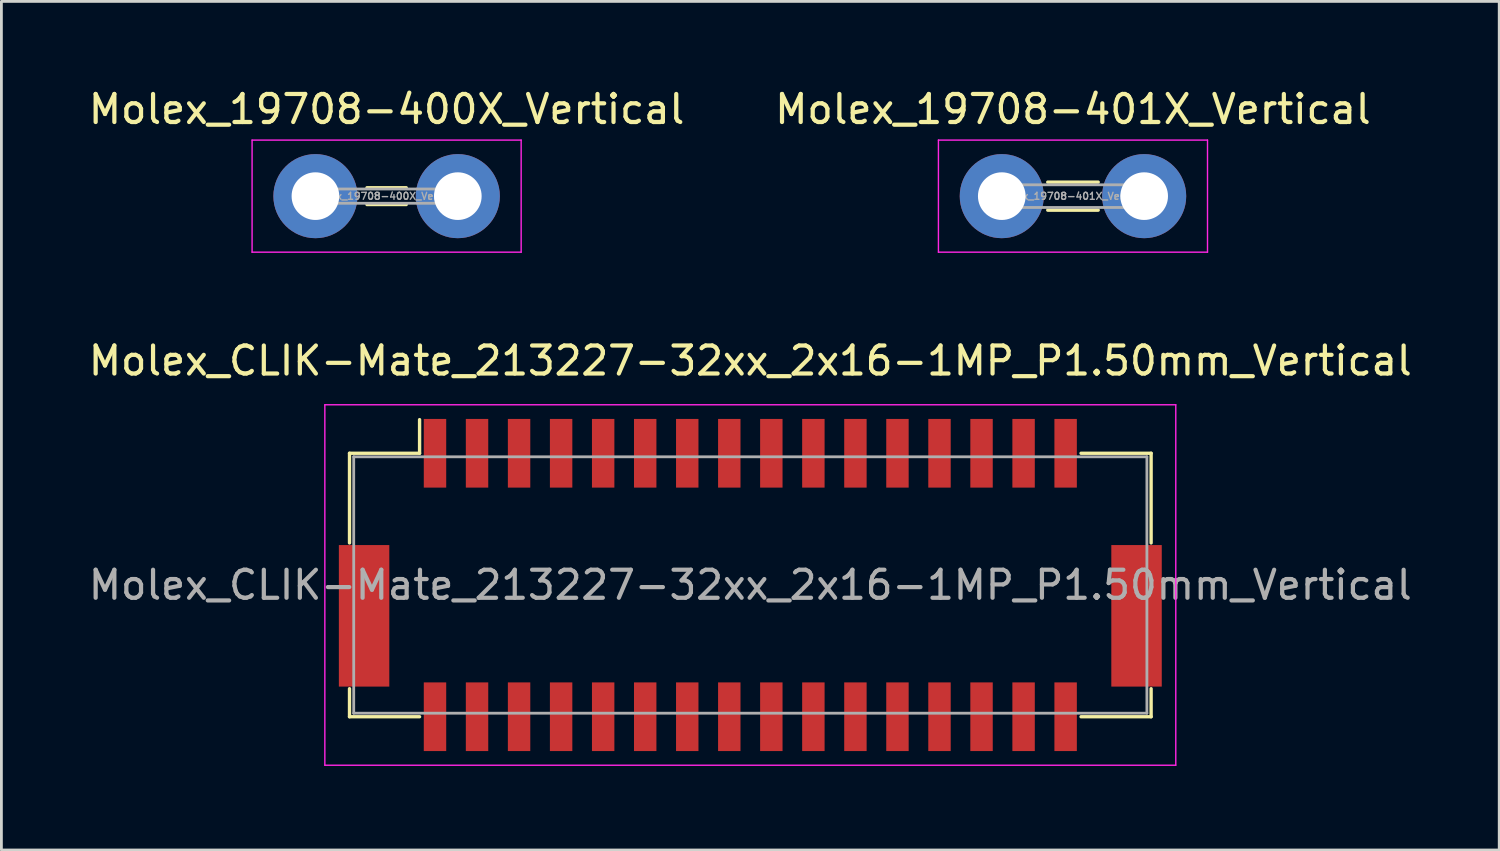
<source format=kicad_pcb>
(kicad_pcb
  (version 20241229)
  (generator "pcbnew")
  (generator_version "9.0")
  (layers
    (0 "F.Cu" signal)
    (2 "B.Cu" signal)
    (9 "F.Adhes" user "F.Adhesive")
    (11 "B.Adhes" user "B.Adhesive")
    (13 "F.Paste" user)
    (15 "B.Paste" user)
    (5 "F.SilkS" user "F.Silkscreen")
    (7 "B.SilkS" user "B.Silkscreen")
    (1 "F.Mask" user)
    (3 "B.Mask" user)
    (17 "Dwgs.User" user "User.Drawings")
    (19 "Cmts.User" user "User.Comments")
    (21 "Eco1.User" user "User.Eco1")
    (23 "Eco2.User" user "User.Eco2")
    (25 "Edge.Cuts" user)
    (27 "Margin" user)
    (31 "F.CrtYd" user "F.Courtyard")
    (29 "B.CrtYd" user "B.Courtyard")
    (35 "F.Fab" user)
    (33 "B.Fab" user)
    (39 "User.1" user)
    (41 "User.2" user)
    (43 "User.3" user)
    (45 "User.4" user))
  (footprint "Molex_19708-401X_Vertical"
    (layer "F.Cu")
    (at 32.692 3.948)
    (property "Reference" "Molex_19708-401X_Vertical" (at 2.54 -3.1 0) (layer "F.SilkS") (effects (font (size 1 1) (thickness 0.15))))
    (attr through_hole)
    (fp_line (start 1.64 -0.5) (end 3.44 -0.5) (stroke (width 0.12) (type solid)) (layer "F.SilkS"))
    (fp_line (start 1.64 0.5) (end 3.44 0.5) (stroke (width 0.12) (type solid)) (layer "F.SilkS"))
    (fp_line (start -2.26 -2) (end -2.26 2) (stroke (width 0.05) (type solid)) (layer "F.CrtYd"))
    (fp_line (start -2.26 2) (end 7.34 2) (stroke (width 0.05) (type solid)) (layer "F.CrtYd"))
    (fp_line (start 7.34 -2) (end -2.26 -2) (stroke (width 0.05) (type solid)) (layer "F.CrtYd"))
    (fp_line (start 7.34 2) (end 7.34 -2) (stroke (width 0.05) (type solid)) (layer "F.CrtYd"))
    (fp_line (start -0.61 -0.405) (end -0.61 0.405) (stroke (width 0.1) (type solid)) (layer "F.Fab"))
    (fp_line (start -0.61 0.405) (end 5.69 0.405) (stroke (width 0.1) (type solid)) (layer "F.Fab"))
    (fp_line (start 5.69 -0.405) (end -0.61 -0.405) (stroke (width 0.1) (type solid)) (layer "F.Fab"))
    (fp_line (start 5.69 0.405) (end 5.69 -0.405) (stroke (width 0.1) (type solid)) (layer "F.Fab"))
    (fp_text user "${REFERENCE}" (at 2.54 0 0) (layer "F.Fab") (effects (font (size 0.25 0.25) (thickness 0.05))))
    (pad "1" thru_hole circle (at 0 0) (size 3 3) (drill 1.7) (layers "*.Cu" "*.Mask"))
    (pad "1" thru_hole circle (at 5.08 0) (size 3 3) (drill 1.7) (layers "*.Cu" "*.Mask")))
  (footprint "Molex_19708-400X_Vertical"
    (layer "F.Cu")
    (at 8.204 3.948)
    (property "Reference" "Molex_19708-400X_Vertical" (at 2.54 -3.1 0) (layer "F.SilkS") (effects (font (size 1 1) (thickness 0.15))))
    (attr through_hole)
    (fp_line (start 1.84 -0.3) (end 3.24 -0.3) (stroke (width 0.12) (type solid)) (layer "F.SilkS"))
    (fp_line (start 1.84 0.3) (end 3.24 0.3) (stroke (width 0.12) (type solid)) (layer "F.SilkS"))
    (fp_line (start -2.26 -2) (end -2.26 2) (stroke (width 0.05) (type solid)) (layer "F.CrtYd"))
    (fp_line (start -2.26 2) (end 7.34 2) (stroke (width 0.05) (type solid)) (layer "F.CrtYd"))
    (fp_line (start 7.34 -2) (end -2.26 -2) (stroke (width 0.05) (type solid)) (layer "F.CrtYd"))
    (fp_line (start 7.34 2) (end 7.34 -2) (stroke (width 0.05) (type solid)) (layer "F.CrtYd"))
    (fp_line (start -0.61 -0.255) (end -0.61 0.255) (stroke (width 0.1) (type solid)) (layer "F.Fab"))
    (fp_line (start -0.61 0.255) (end 5.69 0.255) (stroke (width 0.1) (type solid)) (layer "F.Fab"))
    (fp_line (start 5.69 -0.255) (end -0.61 -0.255) (stroke (width 0.1) (type solid)) (layer "F.Fab"))
    (fp_line (start 5.69 0.255) (end 5.69 -0.255) (stroke (width 0.1) (type solid)) (layer "F.Fab"))
    (fp_text user "${REFERENCE}" (at 2.54 0 0) (layer "F.Fab") (effects (font (size 0.25 0.25) (thickness 0.05))))
    (pad "1" thru_hole circle (at 0 0) (size 3 3) (drill 1.7) (layers "*.Cu" "*.Mask"))
    (pad "1" thru_hole circle (at 5.08 0) (size 3 3) (drill 1.7) (layers "*.Cu" "*.Mask")))
  (footprint "Molex_CLIK-Mate_213227-32xx_2x16-1MP_P1.50mm_Vertical"
    (layer "F.Cu")
    (at 23.72 17.822)
    (property "Reference" "Molex_CLIK-Mate_213227-32xx_2x16-1MP_P1.50mm_Vertical" (at 0 -8 0) (layer "F.SilkS") (effects (font (size 1 1) (thickness 0.15))))
    (attr smd)
    (fp_line (start -14.3 -4.7) (end -14.3 -1.5) (stroke (width 0.12) (type solid)) (layer "F.SilkS"))
    (fp_line (start -14.3 3.7) (end -14.3 4.7) (stroke (width 0.12) (type solid)) (layer "F.SilkS"))
    (fp_line (start -14.3 4.7) (end -11.8 4.7) (stroke (width 0.12) (type solid)) (layer "F.SilkS"))
    (fp_line (start -11.8 -4.7) (end -14.3 -4.7) (stroke (width 0.12) (type solid)) (layer "F.SilkS"))
    (fp_line (start -11.8 -4.7) (end -11.8 -5.9) (stroke (width 0.12) (type solid)) (layer "F.SilkS"))
    (fp_line (start 11.8 4.7) (end 14.3 4.7) (stroke (width 0.12) (type solid)) (layer "F.SilkS"))
    (fp_line (start 14.3 -4.7) (end 11.8 -4.7) (stroke (width 0.12) (type solid)) (layer "F.SilkS"))
    (fp_line (start 14.3 -1.5) (end 14.3 -4.7) (stroke (width 0.12) (type solid)) (layer "F.SilkS"))
    (fp_line (start 14.3 4.7) (end 14.3 3.7) (stroke (width 0.12) (type solid)) (layer "F.SilkS"))
    (fp_line (start -15.18 -6.43) (end -15.18 6.43) (stroke (width 0.05) (type solid)) (layer "F.CrtYd"))
    (fp_line (start -15.18 -6.43) (end 15.18 -6.43) (stroke (width 0.05) (type solid)) (layer "F.CrtYd"))
    (fp_line (start -15.18 6.43) (end 15.18 6.43) (stroke (width 0.05) (type solid)) (layer "F.CrtYd"))
    (fp_line (start 15.18 -6.43) (end 15.18 6.43) (stroke (width 0.05) (type solid)) (layer "F.CrtYd"))
    (fp_line (start -14.15 -4.575) (end 14.15 -4.575) (stroke (width 0.1) (type solid)) (layer "F.Fab"))
    (fp_line (start -14.15 4.575) (end -14.15 -4.575) (stroke (width 0.1) (type solid)) (layer "F.Fab"))
    (fp_line (start -14.15 4.575) (end 14.15 4.575) (stroke (width 0.1) (type solid)) (layer "F.Fab"))
    (fp_line (start 14.15 4.575) (end 14.15 -4.575) (stroke (width 0.1) (type solid)) (layer "F.Fab"))
    (fp_text user "${REFERENCE}" (at 0 0 0) (layer "F.Fab") (effects (font (size 1 1) (thickness 0.15))))
    (pad "1" smd rect (at -11.25 -4.7) (size 0.8 2.45) (layers "F.Cu" "F.Mask" "F.Paste"))
    (pad "2" smd rect (at -11.25 4.7) (size 0.8 2.45) (layers "F.Cu" "F.Mask" "F.Paste"))
    (pad "3" smd rect (at -9.75 -4.7) (size 0.8 2.45) (layers "F.Cu" "F.Mask" "F.Paste"))
    (pad "4" smd rect (at -9.75 4.7) (size 0.8 2.45) (layers "F.Cu" "F.Mask" "F.Paste"))
    (pad "5" smd rect (at -8.25 -4.7) (size 0.8 2.45) (layers "F.Cu" "F.Mask" "F.Paste"))
    (pad "6" smd rect (at -8.25 4.7) (size 0.8 2.45) (layers "F.Cu" "F.Mask" "F.Paste"))
    (pad "7" smd rect (at -6.75 -4.7) (size 0.8 2.45) (layers "F.Cu" "F.Mask" "F.Paste"))
    (pad "8" smd rect (at -6.75 4.7) (size 0.8 2.45) (layers "F.Cu" "F.Mask" "F.Paste"))
    (pad "9" smd rect (at -5.25 -4.7) (size 0.8 2.45) (layers "F.Cu" "F.Mask" "F.Paste"))
    (pad "10" smd rect (at -5.25 4.7) (size 0.8 2.45) (layers "F.Cu" "F.Mask" "F.Paste"))
    (pad "11" smd rect (at -3.75 -4.7) (size 0.8 2.45) (layers "F.Cu" "F.Mask" "F.Paste"))
    (pad "12" smd rect (at -3.75 4.7) (size 0.8 2.45) (layers "F.Cu" "F.Mask" "F.Paste"))
    (pad "13" smd rect (at -2.25 -4.7) (size 0.8 2.45) (layers "F.Cu" "F.Mask" "F.Paste"))
    (pad "14" smd rect (at -2.25 4.7) (size 0.8 2.45) (layers "F.Cu" "F.Mask" "F.Paste"))
    (pad "15" smd rect (at -0.75 -4.7) (size 0.8 2.45) (layers "F.Cu" "F.Mask" "F.Paste"))
    (pad "16" smd rect (at -0.75 4.7) (size 0.8 2.45) (layers "F.Cu" "F.Mask" "F.Paste"))
    (pad "17" smd rect (at 0.75 -4.7) (size 0.8 2.45) (layers "F.Cu" "F.Mask" "F.Paste"))
    (pad "18" smd rect (at 0.75 4.7) (size 0.8 2.45) (layers "F.Cu" "F.Mask" "F.Paste"))
    (pad "19" smd rect (at 2.25 -4.7) (size 0.8 2.45) (layers "F.Cu" "F.Mask" "F.Paste"))
    (pad "20" smd rect (at 2.25 4.7) (size 0.8 2.45) (layers "F.Cu" "F.Mask" "F.Paste"))
    (pad "21" smd rect (at 3.75 -4.7) (size 0.8 2.45) (layers "F.Cu" "F.Mask" "F.Paste"))
    (pad "22" smd rect (at 3.75 4.7) (size 0.8 2.45) (layers "F.Cu" "F.Mask" "F.Paste"))
    (pad "23" smd rect (at 5.25 -4.7) (size 0.8 2.45) (layers "F.Cu" "F.Mask" "F.Paste"))
    (pad "24" smd rect (at 5.25 4.7) (size 0.8 2.45) (layers "F.Cu" "F.Mask" "F.Paste"))
    (pad "25" smd rect (at 6.75 -4.7) (size 0.8 2.45) (layers "F.Cu" "F.Mask" "F.Paste"))
    (pad "26" smd rect (at 6.75 4.7) (size 0.8 2.45) (layers "F.Cu" "F.Mask" "F.Paste"))
    (pad "27" smd rect (at 8.25 -4.7) (size 0.8 2.45) (layers "F.Cu" "F.Mask" "F.Paste"))
    (pad "28" smd rect (at 8.25 4.7) (size 0.8 2.45) (layers "F.Cu" "F.Mask" "F.Paste"))
    (pad "29" smd rect (at 9.75 -4.7) (size 0.8 2.45) (layers "F.Cu" "F.Mask" "F.Paste"))
    (pad "30" smd rect (at 9.75 4.7) (size 0.8 2.45) (layers "F.Cu" "F.Mask" "F.Paste"))
    (pad "31" smd rect (at 11.25 -4.7) (size 0.8 2.45) (layers "F.Cu" "F.Mask" "F.Paste"))
    (pad "32" smd rect (at 11.25 4.7) (size 0.8 2.45) (layers "F.Cu" "F.Mask" "F.Paste"))
    (pad "MP" smd rect (at -13.78 1.1) (size 1.8 5.05) (layers "F.Cu" "F.Mask" "F.Paste"))
    (pad "MP" smd rect (at 13.78 1.1) (size 1.8 5.05) (layers "F.Cu" "F.Mask" "F.Paste")))
  (gr_rect
    (start -3 -3)
    (end 50.44 27.276)
    (stroke (width 0.1) (type default))
    (fill no)
    (layer "Edge.Cuts")))
</source>
